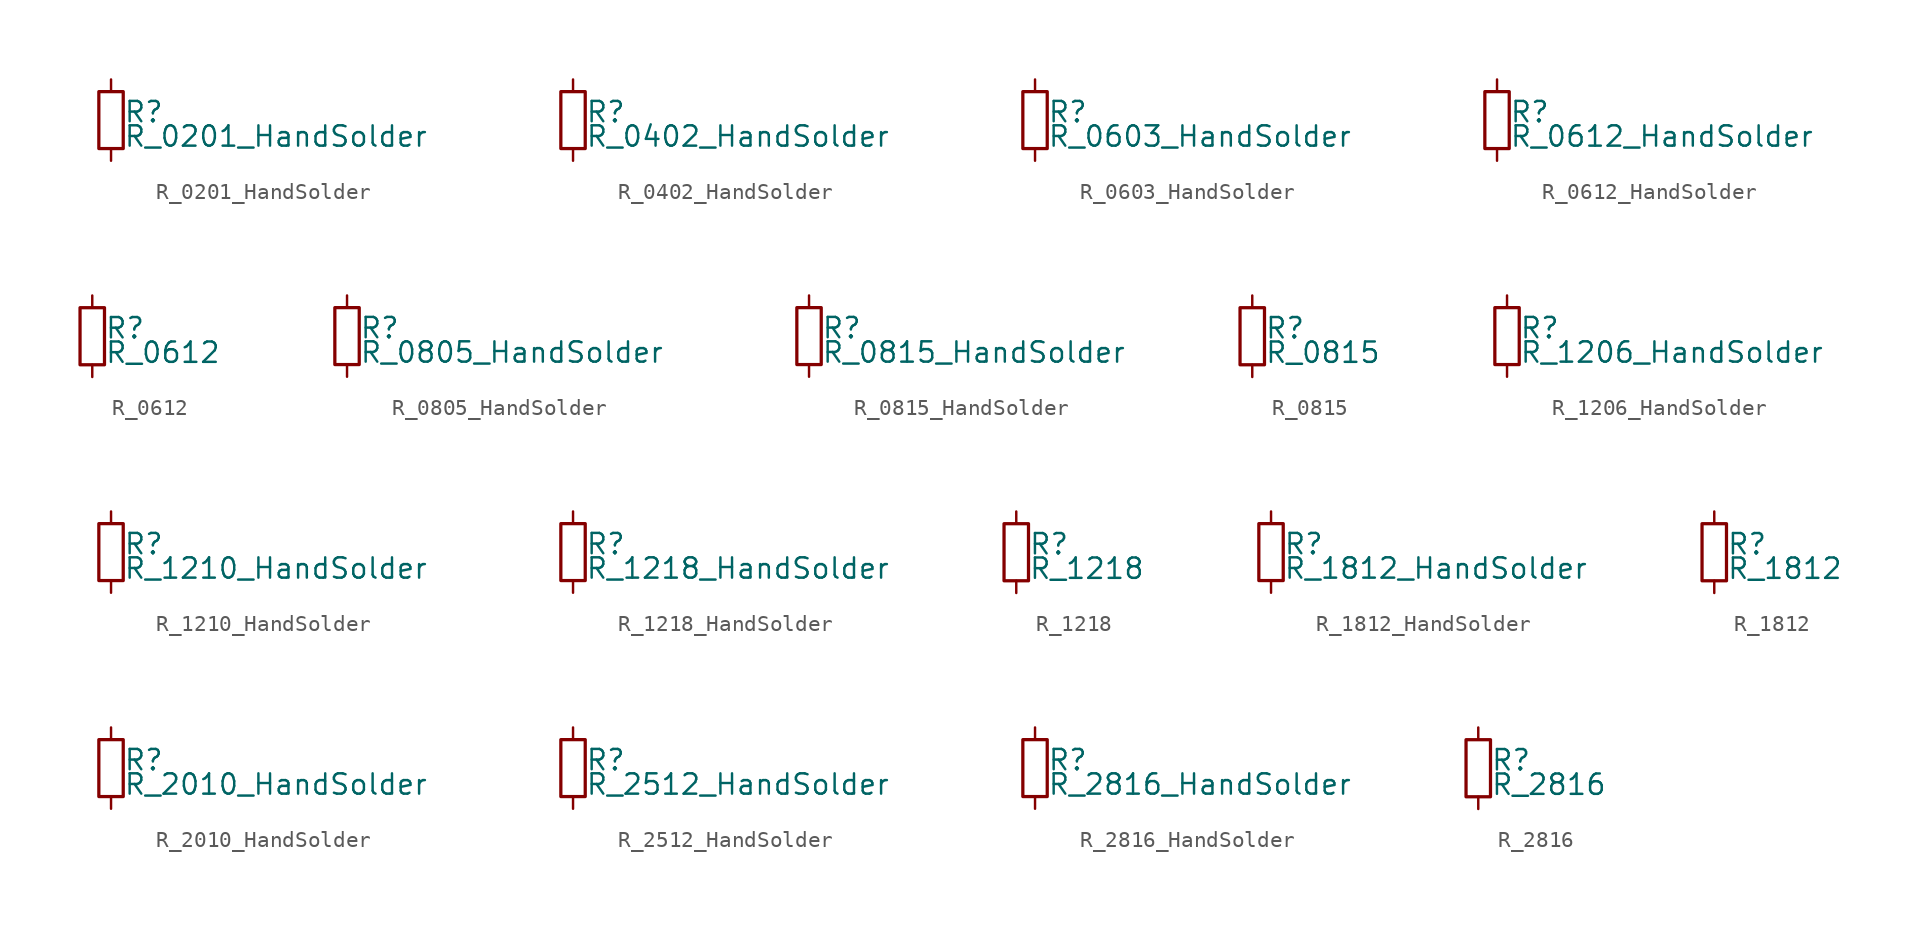
<source format=kicad_sym>
(kicad_symbol_lib
  (version 20220914)
  (generator kicad_symbol_editor)
  (symbol "R_0201_HandSolder"
    (pin_numbers hide)
    (pin_names
      (offset 0.254) hide)
    (property "Reference" "R"
      (at 0.762 0.508 0)
      (effects (font (size 1.27 1.27)) (justify left)))
    (property "Value" "R_0201_HandSolder"
      (at 0.762 -1.016 0)
      (effects (font (size 1.27 1.27)) (justify left)))
    (symbol "R_0201_HandSolder_0_1"
      (rectangle (start -0.762 1.778) (end 0.762 -1.778) (stroke (width 0.203) (type default)) (fill (type none))))
    (symbol "R_0201_HandSolder_1_1"
      (pin passive line (at 0 2.54 270) (length 0.762) (name "~" (effects (font (size 1.27 1.27)))) (number "1" (effects (font (size 1.27 1.27)))))
      (pin passive line (at 0 -2.54 90) (length 0.762) (name "~" (effects (font (size 1.27 1.27)))) (number "2" (effects (font (size 1.27 1.27)))))))
  (symbol "R_0402_HandSolder"
    (pin_numbers hide)
    (pin_names
      (offset 0.254) hide)
    (property "Reference" "R"
      (at 0.762 0.508 0)
      (effects (font (size 1.27 1.27)) (justify left)))
    (property "Value" "R_0402_HandSolder"
      (at 0.762 -1.016 0)
      (effects (font (size 1.27 1.27)) (justify left)))
    (symbol "R_0402_HandSolder_0_1"
      (rectangle (start -0.762 1.778) (end 0.762 -1.778) (stroke (width 0.203) (type default)) (fill (type none))))
    (symbol "R_0402_HandSolder_1_1"
      (pin passive line (at 0 2.54 270) (length 0.762) (name "~" (effects (font (size 1.27 1.27)))) (number "1" (effects (font (size 1.27 1.27)))))
      (pin passive line (at 0 -2.54 90) (length 0.762) (name "~" (effects (font (size 1.27 1.27)))) (number "2" (effects (font (size 1.27 1.27)))))))
  (symbol "R_0603_HandSolder"
    (pin_numbers hide)
    (pin_names
      (offset 0.254) hide)
    (property "Reference" "R"
      (at 0.762 0.508 0)
      (effects (font (size 1.27 1.27)) (justify left)))
    (property "Value" "R_0603_HandSolder"
      (at 0.762 -1.016 0)
      (effects (font (size 1.27 1.27)) (justify left)))
    (symbol "R_0603_HandSolder_0_1"
      (rectangle (start -0.762 1.778) (end 0.762 -1.778) (stroke (width 0.203) (type default)) (fill (type none))))
    (symbol "R_0603_HandSolder_1_1"
      (pin passive line (at 0 2.54 270) (length 0.762) (name "~" (effects (font (size 1.27 1.27)))) (number "1" (effects (font (size 1.27 1.27)))))
      (pin passive line (at 0 -2.54 90) (length 0.762) (name "~" (effects (font (size 1.27 1.27)))) (number "2" (effects (font (size 1.27 1.27)))))))
  (symbol "R_0612_HandSolder"
    (pin_numbers hide)
    (pin_names
      (offset 0.254) hide)
    (property "Reference" "R"
      (at 0.762 0.508 0)
      (effects (font (size 1.27 1.27)) (justify left)))
    (property "Value" "R_0612_HandSolder"
      (at 0.762 -1.016 0)
      (effects (font (size 1.27 1.27)) (justify left)))
    (symbol "R_0612_HandSolder_0_1"
      (rectangle (start -0.762 1.778) (end 0.762 -1.778) (stroke (width 0.203) (type default)) (fill (type none))))
    (symbol "R_0612_HandSolder_1_1"
      (pin passive line (at 0 2.54 270) (length 0.762) (name "~" (effects (font (size 1.27 1.27)))) (number "1" (effects (font (size 1.27 1.27)))))
      (pin passive line (at 0 -2.54 90) (length 0.762) (name "~" (effects (font (size 1.27 1.27)))) (number "2" (effects (font (size 1.27 1.27)))))))
  (symbol "R_0612"
    (pin_numbers hide)
    (pin_names
      (offset 0.254) hide)
    (property "Reference" "R"
      (at 0.762 0.508 0)
      (effects (font (size 1.27 1.27)) (justify left)))
    (property "Value" "R_0612"
      (at 0.762 -1.016 0)
      (effects (font (size 1.27 1.27)) (justify left)))
    (symbol "R_0612_0_1"
      (rectangle (start -0.762 1.778) (end 0.762 -1.778) (stroke (width 0.203) (type default)) (fill (type none))))
    (symbol "R_0612_1_1"
      (pin passive line (at 0 2.54 270) (length 0.762) (name "~" (effects (font (size 1.27 1.27)))) (number "1" (effects (font (size 1.27 1.27)))))
      (pin passive line (at 0 -2.54 90) (length 0.762) (name "~" (effects (font (size 1.27 1.27)))) (number "2" (effects (font (size 1.27 1.27)))))))
  (symbol "R_0805_HandSolder"
    (pin_numbers hide)
    (pin_names
      (offset 0.254) hide)
    (property "Reference" "R"
      (at 0.762 0.508 0)
      (effects (font (size 1.27 1.27)) (justify left)))
    (property "Value" "R_0805_HandSolder"
      (at 0.762 -1.016 0)
      (effects (font (size 1.27 1.27)) (justify left)))
    (symbol "R_0805_HandSolder_0_1"
      (rectangle (start -0.762 1.778) (end 0.762 -1.778) (stroke (width 0.203) (type default)) (fill (type none))))
    (symbol "R_0805_HandSolder_1_1"
      (pin passive line (at 0 2.54 270) (length 0.762) (name "~" (effects (font (size 1.27 1.27)))) (number "1" (effects (font (size 1.27 1.27)))))
      (pin passive line (at 0 -2.54 90) (length 0.762) (name "~" (effects (font (size 1.27 1.27)))) (number "2" (effects (font (size 1.27 1.27)))))))
  (symbol "R_0815_HandSolder"
    (pin_numbers hide)
    (pin_names
      (offset 0.254) hide)
    (property "Reference" "R"
      (at 0.762 0.508 0)
      (effects (font (size 1.27 1.27)) (justify left)))
    (property "Value" "R_0815_HandSolder"
      (at 0.762 -1.016 0)
      (effects (font (size 1.27 1.27)) (justify left)))
    (symbol "R_0815_HandSolder_0_1"
      (rectangle (start -0.762 1.778) (end 0.762 -1.778) (stroke (width 0.203) (type default)) (fill (type none))))
    (symbol "R_0815_HandSolder_1_1"
      (pin passive line (at 0 2.54 270) (length 0.762) (name "~" (effects (font (size 1.27 1.27)))) (number "1" (effects (font (size 1.27 1.27)))))
      (pin passive line (at 0 -2.54 90) (length 0.762) (name "~" (effects (font (size 1.27 1.27)))) (number "2" (effects (font (size 1.27 1.27)))))))
  (symbol "R_0815"
    (pin_numbers hide)
    (pin_names
      (offset 0.254) hide)
    (property "Reference" "R"
      (at 0.762 0.508 0)
      (effects (font (size 1.27 1.27)) (justify left)))
    (property "Value" "R_0815"
      (at 0.762 -1.016 0)
      (effects (font (size 1.27 1.27)) (justify left)))
    (symbol "R_0815_0_1"
      (rectangle (start -0.762 1.778) (end 0.762 -1.778) (stroke (width 0.203) (type default)) (fill (type none))))
    (symbol "R_0815_1_1"
      (pin passive line (at 0 2.54 270) (length 0.762) (name "~" (effects (font (size 1.27 1.27)))) (number "1" (effects (font (size 1.27 1.27)))))
      (pin passive line (at 0 -2.54 90) (length 0.762) (name "~" (effects (font (size 1.27 1.27)))) (number "2" (effects (font (size 1.27 1.27)))))))
  (symbol "R_1206_HandSolder"
    (pin_numbers hide)
    (pin_names
      (offset 0.254) hide)
    (property "Reference" "R"
      (at 0.762 0.508 0)
      (effects (font (size 1.27 1.27)) (justify left)))
    (property "Value" "R_1206_HandSolder"
      (at 0.762 -1.016 0)
      (effects (font (size 1.27 1.27)) (justify left)))
    (symbol "R_1206_HandSolder_0_1"
      (rectangle (start -0.762 1.778) (end 0.762 -1.778) (stroke (width 0.203) (type default)) (fill (type none))))
    (symbol "R_1206_HandSolder_1_1"
      (pin passive line (at 0 2.54 270) (length 0.762) (name "~" (effects (font (size 1.27 1.27)))) (number "1" (effects (font (size 1.27 1.27)))))
      (pin passive line (at 0 -2.54 90) (length 0.762) (name "~" (effects (font (size 1.27 1.27)))) (number "2" (effects (font (size 1.27 1.27)))))))
  (symbol "R_1210_HandSolder"
    (pin_numbers hide)
    (pin_names
      (offset 0.254) hide)
    (property "Reference" "R"
      (at 0.762 0.508 0)
      (effects (font (size 1.27 1.27)) (justify left)))
    (property "Value" "R_1210_HandSolder"
      (at 0.762 -1.016 0)
      (effects (font (size 1.27 1.27)) (justify left)))
    (symbol "R_1210_HandSolder_0_1"
      (rectangle (start -0.762 1.778) (end 0.762 -1.778) (stroke (width 0.203) (type default)) (fill (type none))))
    (symbol "R_1210_HandSolder_1_1"
      (pin passive line (at 0 2.54 270) (length 0.762) (name "~" (effects (font (size 1.27 1.27)))) (number "1" (effects (font (size 1.27 1.27)))))
      (pin passive line (at 0 -2.54 90) (length 0.762) (name "~" (effects (font (size 1.27 1.27)))) (number "2" (effects (font (size 1.27 1.27)))))))
  (symbol "R_1218_HandSolder"
    (pin_numbers hide)
    (pin_names
      (offset 0.254) hide)
    (property "Reference" "R"
      (at 0.762 0.508 0)
      (effects (font (size 1.27 1.27)) (justify left)))
    (property "Value" "R_1218_HandSolder"
      (at 0.762 -1.016 0)
      (effects (font (size 1.27 1.27)) (justify left)))
    (symbol "R_1218_HandSolder_0_1"
      (rectangle (start -0.762 1.778) (end 0.762 -1.778) (stroke (width 0.203) (type default)) (fill (type none))))
    (symbol "R_1218_HandSolder_1_1"
      (pin passive line (at 0 2.54 270) (length 0.762) (name "~" (effects (font (size 1.27 1.27)))) (number "1" (effects (font (size 1.27 1.27)))))
      (pin passive line (at 0 -2.54 90) (length 0.762) (name "~" (effects (font (size 1.27 1.27)))) (number "2" (effects (font (size 1.27 1.27)))))))
  (symbol "R_1218"
    (pin_numbers hide)
    (pin_names
      (offset 0.254) hide)
    (property "Reference" "R"
      (at 0.762 0.508 0)
      (effects (font (size 1.27 1.27)) (justify left)))
    (property "Value" "R_1218"
      (at 0.762 -1.016 0)
      (effects (font (size 1.27 1.27)) (justify left)))
    (symbol "R_1218_0_1"
      (rectangle (start -0.762 1.778) (end 0.762 -1.778) (stroke (width 0.203) (type default)) (fill (type none))))
    (symbol "R_1218_1_1"
      (pin passive line (at 0 2.54 270) (length 0.762) (name "~" (effects (font (size 1.27 1.27)))) (number "1" (effects (font (size 1.27 1.27)))))
      (pin passive line (at 0 -2.54 90) (length 0.762) (name "~" (effects (font (size 1.27 1.27)))) (number "2" (effects (font (size 1.27 1.27)))))))
  (symbol "R_1812_HandSolder"
    (pin_numbers hide)
    (pin_names
      (offset 0.254) hide)
    (property "Reference" "R"
      (at 0.762 0.508 0)
      (effects (font (size 1.27 1.27)) (justify left)))
    (property "Value" "R_1812_HandSolder"
      (at 0.762 -1.016 0)
      (effects (font (size 1.27 1.27)) (justify left)))
    (symbol "R_1812_HandSolder_0_1"
      (rectangle (start -0.762 1.778) (end 0.762 -1.778) (stroke (width 0.203) (type default)) (fill (type none))))
    (symbol "R_1812_HandSolder_1_1"
      (pin passive line (at 0 2.54 270) (length 0.762) (name "~" (effects (font (size 1.27 1.27)))) (number "1" (effects (font (size 1.27 1.27)))))
      (pin passive line (at 0 -2.54 90) (length 0.762) (name "~" (effects (font (size 1.27 1.27)))) (number "2" (effects (font (size 1.27 1.27)))))))
  (symbol "R_1812"
    (pin_numbers hide)
    (pin_names
      (offset 0.254) hide)
    (property "Reference" "R"
      (at 0.762 0.508 0)
      (effects (font (size 1.27 1.27)) (justify left)))
    (property "Value" "R_1812"
      (at 0.762 -1.016 0)
      (effects (font (size 1.27 1.27)) (justify left)))
    (symbol "R_1812_0_1"
      (rectangle (start -0.762 1.778) (end 0.762 -1.778) (stroke (width 0.203) (type default)) (fill (type none))))
    (symbol "R_1812_1_1"
      (pin passive line (at 0 2.54 270) (length 0.762) (name "~" (effects (font (size 1.27 1.27)))) (number "1" (effects (font (size 1.27 1.27)))))
      (pin passive line (at 0 -2.54 90) (length 0.762) (name "~" (effects (font (size 1.27 1.27)))) (number "2" (effects (font (size 1.27 1.27)))))))
  (symbol "R_2010_HandSolder"
    (pin_numbers hide)
    (pin_names
      (offset 0.254) hide)
    (property "Reference" "R"
      (at 0.762 0.508 0)
      (effects (font (size 1.27 1.27)) (justify left)))
    (property "Value" "R_2010_HandSolder"
      (at 0.762 -1.016 0)
      (effects (font (size 1.27 1.27)) (justify left)))
    (symbol "R_2010_HandSolder_0_1"
      (rectangle (start -0.762 1.778) (end 0.762 -1.778) (stroke (width 0.203) (type default)) (fill (type none))))
    (symbol "R_2010_HandSolder_1_1"
      (pin passive line (at 0 2.54 270) (length 0.762) (name "~" (effects (font (size 1.27 1.27)))) (number "1" (effects (font (size 1.27 1.27)))))
      (pin passive line (at 0 -2.54 90) (length 0.762) (name "~" (effects (font (size 1.27 1.27)))) (number "2" (effects (font (size 1.27 1.27)))))))
  (symbol "R_2512_HandSolder"
    (pin_numbers hide)
    (pin_names
      (offset 0.254) hide)
    (property "Reference" "R"
      (at 0.762 0.508 0)
      (effects (font (size 1.27 1.27)) (justify left)))
    (property "Value" "R_2512_HandSolder"
      (at 0.762 -1.016 0)
      (effects (font (size 1.27 1.27)) (justify left)))
    (symbol "R_2512_HandSolder_0_1"
      (rectangle (start -0.762 1.778) (end 0.762 -1.778) (stroke (width 0.203) (type default)) (fill (type none))))
    (symbol "R_2512_HandSolder_1_1"
      (pin passive line (at 0 2.54 270) (length 0.762) (name "~" (effects (font (size 1.27 1.27)))) (number "1" (effects (font (size 1.27 1.27)))))
      (pin passive line (at 0 -2.54 90) (length 0.762) (name "~" (effects (font (size 1.27 1.27)))) (number "2" (effects (font (size 1.27 1.27)))))))
  (symbol "R_2816_HandSolder"
    (pin_numbers hide)
    (pin_names
      (offset 0.254) hide)
    (property "Reference" "R"
      (at 0.762 0.508 0)
      (effects (font (size 1.27 1.27)) (justify left)))
    (property "Value" "R_2816_HandSolder"
      (at 0.762 -1.016 0)
      (effects (font (size 1.27 1.27)) (justify left)))
    (symbol "R_2816_HandSolder_0_1"
      (rectangle (start -0.762 1.778) (end 0.762 -1.778) (stroke (width 0.203) (type default)) (fill (type none))))
    (symbol "R_2816_HandSolder_1_1"
      (pin passive line (at 0 2.54 270) (length 0.762) (name "~" (effects (font (size 1.27 1.27)))) (number "1" (effects (font (size 1.27 1.27)))))
      (pin passive line (at 0 -2.54 90) (length 0.762) (name "~" (effects (font (size 1.27 1.27)))) (number "2" (effects (font (size 1.27 1.27)))))))
  (symbol "R_2816"
    (pin_numbers hide)
    (pin_names
      (offset 0.254) hide)
    (property "Reference" "R"
      (at 0.762 0.508 0)
      (effects (font (size 1.27 1.27)) (justify left)))
    (property "Value" "R_2816"
      (at 0.762 -1.016 0)
      (effects (font (size 1.27 1.27)) (justify left)))
    (symbol "R_2816_0_1"
      (rectangle (start -0.762 1.778) (end 0.762 -1.778) (stroke (width 0.203) (type default)) (fill (type none))))
    (symbol "R_2816_1_1"
      (pin passive line (at 0 2.54 270) (length 0.762) (name "~" (effects (font (size 1.27 1.27)))) (number "1" (effects (font (size 1.27 1.27)))))
      (pin passive line (at 0 -2.54 90) (length 0.762) (name "~" (effects (font (size 1.27 1.27)))) (number "2" (effects (font (size 1.27 1.27))))))))
</source>
